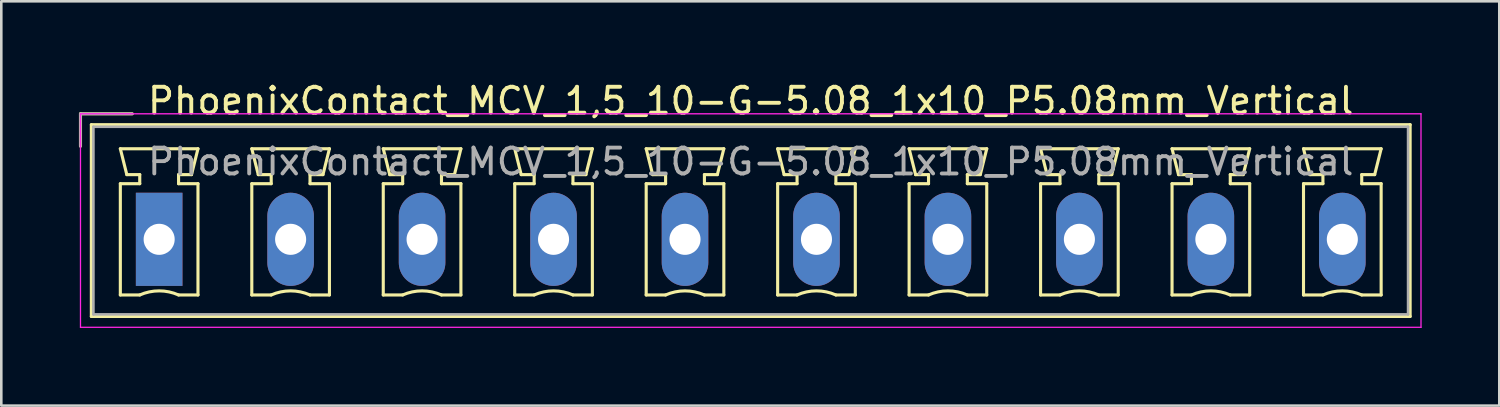
<source format=kicad_pcb>
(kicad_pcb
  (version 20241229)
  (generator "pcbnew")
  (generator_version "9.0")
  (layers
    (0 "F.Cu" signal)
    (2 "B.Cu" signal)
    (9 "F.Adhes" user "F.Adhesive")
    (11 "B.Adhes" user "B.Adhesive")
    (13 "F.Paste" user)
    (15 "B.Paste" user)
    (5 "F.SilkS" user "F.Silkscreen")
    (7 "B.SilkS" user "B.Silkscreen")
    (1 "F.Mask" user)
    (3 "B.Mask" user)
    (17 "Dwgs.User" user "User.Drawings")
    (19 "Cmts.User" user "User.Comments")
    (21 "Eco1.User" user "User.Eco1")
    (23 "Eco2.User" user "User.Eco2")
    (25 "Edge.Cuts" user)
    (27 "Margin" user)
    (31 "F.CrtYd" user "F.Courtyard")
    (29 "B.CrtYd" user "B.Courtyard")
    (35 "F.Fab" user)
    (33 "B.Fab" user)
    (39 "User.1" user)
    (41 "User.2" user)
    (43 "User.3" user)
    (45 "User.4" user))
  (footprint "PhoenixContact_MCV_1,5_10-G-5.08_1x10_P5.08mm_Vertical"
    (layer "F.Cu")
    (at 3.1 6.198)
    (property "Reference" "PhoenixContact_MCV_1,5_10-G-5.08_1x10_P5.08mm_Vertical" (at 22.86 -5.35 0) (layer "F.SilkS") (effects (font (size 1 1) (thickness 0.15))))
    (attr through_hole)
    (fp_line (start -3.04 -4.85) (end -1.04 -4.85) (stroke (width 0.12) (type solid)) (layer "F.SilkS"))
    (fp_line (start -3.04 -3.6) (end -3.04 -4.85) (stroke (width 0.12) (type solid)) (layer "F.SilkS"))
    (fp_line (start -2.62 -4.43) (end -2.62 2.98) (stroke (width 0.12) (type solid)) (layer "F.SilkS"))
    (fp_line (start -2.62 2.98) (end 48.34 2.98) (stroke (width 0.12) (type solid)) (layer "F.SilkS"))
    (fp_line (start -1.5 -3.5) (end 1.5 -3.5) (stroke (width 0.12) (type solid)) (layer "F.SilkS"))
    (fp_line (start -1.5 -2.15) (end -0.75 -2.15) (stroke (width 0.12) (type solid)) (layer "F.SilkS"))
    (fp_line (start -1.5 2.15) (end -1.5 -2.15) (stroke (width 0.12) (type solid)) (layer "F.SilkS"))
    (fp_line (start -1.25 -2.5) (end -1.5 -3.5) (stroke (width 0.12) (type solid)) (layer "F.SilkS"))
    (fp_line (start -0.75 -2.5) (end -1.25 -2.5) (stroke (width 0.12) (type solid)) (layer "F.SilkS"))
    (fp_line (start -0.75 -2.15) (end -0.75 -2.5) (stroke (width 0.12) (type solid)) (layer "F.SilkS"))
    (fp_line (start -0.75 2.15) (end -1.5 2.15) (stroke (width 0.12) (type solid)) (layer "F.SilkS"))
    (fp_line (start 0.75 -2.5) (end 0.75 -2.15) (stroke (width 0.12) (type solid)) (layer "F.SilkS"))
    (fp_line (start 0.75 -2.15) (end 1.5 -2.15) (stroke (width 0.12) (type solid)) (layer "F.SilkS"))
    (fp_line (start 1.25 -2.5) (end 0.75 -2.5) (stroke (width 0.12) (type solid)) (layer "F.SilkS"))
    (fp_line (start 1.5 -3.5) (end 1.25 -2.5) (stroke (width 0.12) (type solid)) (layer "F.SilkS"))
    (fp_line (start 1.5 -2.15) (end 1.5 2.15) (stroke (width 0.12) (type solid)) (layer "F.SilkS"))
    (fp_line (start 1.5 2.15) (end 0.75 2.15) (stroke (width 0.12) (type solid)) (layer "F.SilkS"))
    (fp_line (start 3.58 -3.5) (end 6.58 -3.5) (stroke (width 0.12) (type solid)) (layer "F.SilkS"))
    (fp_line (start 3.58 -2.15) (end 4.33 -2.15) (stroke (width 0.12) (type solid)) (layer "F.SilkS"))
    (fp_line (start 3.58 2.15) (end 3.58 -2.15) (stroke (width 0.12) (type solid)) (layer "F.SilkS"))
    (fp_line (start 3.83 -2.5) (end 3.58 -3.5) (stroke (width 0.12) (type solid)) (layer "F.SilkS"))
    (fp_line (start 4.33 -2.5) (end 3.83 -2.5) (stroke (width 0.12) (type solid)) (layer "F.SilkS"))
    (fp_line (start 4.33 -2.15) (end 4.33 -2.5) (stroke (width 0.12) (type solid)) (layer "F.SilkS"))
    (fp_line (start 4.33 2.15) (end 3.58 2.15) (stroke (width 0.12) (type solid)) (layer "F.SilkS"))
    (fp_line (start 5.83 -2.5) (end 5.83 -2.15) (stroke (width 0.12) (type solid)) (layer "F.SilkS"))
    (fp_line (start 5.83 -2.15) (end 6.58 -2.15) (stroke (width 0.12) (type solid)) (layer "F.SilkS"))
    (fp_line (start 6.33 -2.5) (end 5.83 -2.5) (stroke (width 0.12) (type solid)) (layer "F.SilkS"))
    (fp_line (start 6.58 -3.5) (end 6.33 -2.5) (stroke (width 0.12) (type solid)) (layer "F.SilkS"))
    (fp_line (start 6.58 -2.15) (end 6.58 2.15) (stroke (width 0.12) (type solid)) (layer "F.SilkS"))
    (fp_line (start 6.58 2.15) (end 5.83 2.15) (stroke (width 0.12) (type solid)) (layer "F.SilkS"))
    (fp_line (start 8.66 -3.5) (end 11.66 -3.5) (stroke (width 0.12) (type solid)) (layer "F.SilkS"))
    (fp_line (start 8.66 -2.15) (end 9.41 -2.15) (stroke (width 0.12) (type solid)) (layer "F.SilkS"))
    (fp_line (start 8.66 2.15) (end 8.66 -2.15) (stroke (width 0.12) (type solid)) (layer "F.SilkS"))
    (fp_line (start 8.91 -2.5) (end 8.66 -3.5) (stroke (width 0.12) (type solid)) (layer "F.SilkS"))
    (fp_line (start 9.41 -2.5) (end 8.91 -2.5) (stroke (width 0.12) (type solid)) (layer "F.SilkS"))
    (fp_line (start 9.41 -2.15) (end 9.41 -2.5) (stroke (width 0.12) (type solid)) (layer "F.SilkS"))
    (fp_line (start 9.41 2.15) (end 8.66 2.15) (stroke (width 0.12) (type solid)) (layer "F.SilkS"))
    (fp_line (start 10.91 -2.5) (end 10.91 -2.15) (stroke (width 0.12) (type solid)) (layer "F.SilkS"))
    (fp_line (start 10.91 -2.15) (end 11.66 -2.15) (stroke (width 0.12) (type solid)) (layer "F.SilkS"))
    (fp_line (start 11.41 -2.5) (end 10.91 -2.5) (stroke (width 0.12) (type solid)) (layer "F.SilkS"))
    (fp_line (start 11.66 -3.5) (end 11.41 -2.5) (stroke (width 0.12) (type solid)) (layer "F.SilkS"))
    (fp_line (start 11.66 -2.15) (end 11.66 2.15) (stroke (width 0.12) (type solid)) (layer "F.SilkS"))
    (fp_line (start 11.66 2.15) (end 10.91 2.15) (stroke (width 0.12) (type solid)) (layer "F.SilkS"))
    (fp_line (start 13.74 -3.5) (end 16.74 -3.5) (stroke (width 0.12) (type solid)) (layer "F.SilkS"))
    (fp_line (start 13.74 -2.15) (end 14.49 -2.15) (stroke (width 0.12) (type solid)) (layer "F.SilkS"))
    (fp_line (start 13.74 2.15) (end 13.74 -2.15) (stroke (width 0.12) (type solid)) (layer "F.SilkS"))
    (fp_line (start 13.99 -2.5) (end 13.74 -3.5) (stroke (width 0.12) (type solid)) (layer "F.SilkS"))
    (fp_line (start 14.49 -2.5) (end 13.99 -2.5) (stroke (width 0.12) (type solid)) (layer "F.SilkS"))
    (fp_line (start 14.49 -2.15) (end 14.49 -2.5) (stroke (width 0.12) (type solid)) (layer "F.SilkS"))
    (fp_line (start 14.49 2.15) (end 13.74 2.15) (stroke (width 0.12) (type solid)) (layer "F.SilkS"))
    (fp_line (start 15.99 -2.5) (end 15.99 -2.15) (stroke (width 0.12) (type solid)) (layer "F.SilkS"))
    (fp_line (start 15.99 -2.15) (end 16.74 -2.15) (stroke (width 0.12) (type solid)) (layer "F.SilkS"))
    (fp_line (start 16.49 -2.5) (end 15.99 -2.5) (stroke (width 0.12) (type solid)) (layer "F.SilkS"))
    (fp_line (start 16.74 -3.5) (end 16.49 -2.5) (stroke (width 0.12) (type solid)) (layer "F.SilkS"))
    (fp_line (start 16.74 -2.15) (end 16.74 2.15) (stroke (width 0.12) (type solid)) (layer "F.SilkS"))
    (fp_line (start 16.74 2.15) (end 15.99 2.15) (stroke (width 0.12) (type solid)) (layer "F.SilkS"))
    (fp_line (start 18.82 -3.5) (end 21.82 -3.5) (stroke (width 0.12) (type solid)) (layer "F.SilkS"))
    (fp_line (start 18.82 -2.15) (end 19.57 -2.15) (stroke (width 0.12) (type solid)) (layer "F.SilkS"))
    (fp_line (start 18.82 2.15) (end 18.82 -2.15) (stroke (width 0.12) (type solid)) (layer "F.SilkS"))
    (fp_line (start 19.07 -2.5) (end 18.82 -3.5) (stroke (width 0.12) (type solid)) (layer "F.SilkS"))
    (fp_line (start 19.57 -2.5) (end 19.07 -2.5) (stroke (width 0.12) (type solid)) (layer "F.SilkS"))
    (fp_line (start 19.57 -2.15) (end 19.57 -2.5) (stroke (width 0.12) (type solid)) (layer "F.SilkS"))
    (fp_line (start 19.57 2.15) (end 18.82 2.15) (stroke (width 0.12) (type solid)) (layer "F.SilkS"))
    (fp_line (start 21.07 -2.5) (end 21.07 -2.15) (stroke (width 0.12) (type solid)) (layer "F.SilkS"))
    (fp_line (start 21.07 -2.15) (end 21.82 -2.15) (stroke (width 0.12) (type solid)) (layer "F.SilkS"))
    (fp_line (start 21.57 -2.5) (end 21.07 -2.5) (stroke (width 0.12) (type solid)) (layer "F.SilkS"))
    (fp_line (start 21.82 -3.5) (end 21.57 -2.5) (stroke (width 0.12) (type solid)) (layer "F.SilkS"))
    (fp_line (start 21.82 -2.15) (end 21.82 2.15) (stroke (width 0.12) (type solid)) (layer "F.SilkS"))
    (fp_line (start 21.82 2.15) (end 21.07 2.15) (stroke (width 0.12) (type solid)) (layer "F.SilkS"))
    (fp_line (start 23.9 -3.5) (end 26.9 -3.5) (stroke (width 0.12) (type solid)) (layer "F.SilkS"))
    (fp_line (start 23.9 -2.15) (end 24.65 -2.15) (stroke (width 0.12) (type solid)) (layer "F.SilkS"))
    (fp_line (start 23.9 2.15) (end 23.9 -2.15) (stroke (width 0.12) (type solid)) (layer "F.SilkS"))
    (fp_line (start 24.15 -2.5) (end 23.9 -3.5) (stroke (width 0.12) (type solid)) (layer "F.SilkS"))
    (fp_line (start 24.65 -2.5) (end 24.15 -2.5) (stroke (width 0.12) (type solid)) (layer "F.SilkS"))
    (fp_line (start 24.65 -2.15) (end 24.65 -2.5) (stroke (width 0.12) (type solid)) (layer "F.SilkS"))
    (fp_line (start 24.65 2.15) (end 23.9 2.15) (stroke (width 0.12) (type solid)) (layer "F.SilkS"))
    (fp_line (start 26.15 -2.5) (end 26.15 -2.15) (stroke (width 0.12) (type solid)) (layer "F.SilkS"))
    (fp_line (start 26.15 -2.15) (end 26.9 -2.15) (stroke (width 0.12) (type solid)) (layer "F.SilkS"))
    (fp_line (start 26.65 -2.5) (end 26.15 -2.5) (stroke (width 0.12) (type solid)) (layer "F.SilkS"))
    (fp_line (start 26.9 -3.5) (end 26.65 -2.5) (stroke (width 0.12) (type solid)) (layer "F.SilkS"))
    (fp_line (start 26.9 -2.15) (end 26.9 2.15) (stroke (width 0.12) (type solid)) (layer "F.SilkS"))
    (fp_line (start 26.9 2.15) (end 26.15 2.15) (stroke (width 0.12) (type solid)) (layer "F.SilkS"))
    (fp_line (start 28.98 -3.5) (end 31.98 -3.5) (stroke (width 0.12) (type solid)) (layer "F.SilkS"))
    (fp_line (start 28.98 -2.15) (end 29.73 -2.15) (stroke (width 0.12) (type solid)) (layer "F.SilkS"))
    (fp_line (start 28.98 2.15) (end 28.98 -2.15) (stroke (width 0.12) (type solid)) (layer "F.SilkS"))
    (fp_line (start 29.23 -2.5) (end 28.98 -3.5) (stroke (width 0.12) (type solid)) (layer "F.SilkS"))
    (fp_line (start 29.73 -2.5) (end 29.23 -2.5) (stroke (width 0.12) (type solid)) (layer "F.SilkS"))
    (fp_line (start 29.73 -2.15) (end 29.73 -2.5) (stroke (width 0.12) (type solid)) (layer "F.SilkS"))
    (fp_line (start 29.73 2.15) (end 28.98 2.15) (stroke (width 0.12) (type solid)) (layer "F.SilkS"))
    (fp_line (start 31.23 -2.5) (end 31.23 -2.15) (stroke (width 0.12) (type solid)) (layer "F.SilkS"))
    (fp_line (start 31.23 -2.15) (end 31.98 -2.15) (stroke (width 0.12) (type solid)) (layer "F.SilkS"))
    (fp_line (start 31.73 -2.5) (end 31.23 -2.5) (stroke (width 0.12) (type solid)) (layer "F.SilkS"))
    (fp_line (start 31.98 -3.5) (end 31.73 -2.5) (stroke (width 0.12) (type solid)) (layer "F.SilkS"))
    (fp_line (start 31.98 -2.15) (end 31.98 2.15) (stroke (width 0.12) (type solid)) (layer "F.SilkS"))
    (fp_line (start 31.98 2.15) (end 31.23 2.15) (stroke (width 0.12) (type solid)) (layer "F.SilkS"))
    (fp_line (start 34.06 -3.5) (end 37.06 -3.5) (stroke (width 0.12) (type solid)) (layer "F.SilkS"))
    (fp_line (start 34.06 -2.15) (end 34.81 -2.15) (stroke (width 0.12) (type solid)) (layer "F.SilkS"))
    (fp_line (start 34.06 2.15) (end 34.06 -2.15) (stroke (width 0.12) (type solid)) (layer "F.SilkS"))
    (fp_line (start 34.31 -2.5) (end 34.06 -3.5) (stroke (width 0.12) (type solid)) (layer "F.SilkS"))
    (fp_line (start 34.81 -2.5) (end 34.31 -2.5) (stroke (width 0.12) (type solid)) (layer "F.SilkS"))
    (fp_line (start 34.81 -2.15) (end 34.81 -2.5) (stroke (width 0.12) (type solid)) (layer "F.SilkS"))
    (fp_line (start 34.81 2.15) (end 34.06 2.15) (stroke (width 0.12) (type solid)) (layer "F.SilkS"))
    (fp_line (start 36.31 -2.5) (end 36.31 -2.15) (stroke (width 0.12) (type solid)) (layer "F.SilkS"))
    (fp_line (start 36.31 -2.15) (end 37.06 -2.15) (stroke (width 0.12) (type solid)) (layer "F.SilkS"))
    (fp_line (start 36.81 -2.5) (end 36.31 -2.5) (stroke (width 0.12) (type solid)) (layer "F.SilkS"))
    (fp_line (start 37.06 -3.5) (end 36.81 -2.5) (stroke (width 0.12) (type solid)) (layer "F.SilkS"))
    (fp_line (start 37.06 -2.15) (end 37.06 2.15) (stroke (width 0.12) (type solid)) (layer "F.SilkS"))
    (fp_line (start 37.06 2.15) (end 36.31 2.15) (stroke (width 0.12) (type solid)) (layer "F.SilkS"))
    (fp_line (start 39.14 -3.5) (end 42.14 -3.5) (stroke (width 0.12) (type solid)) (layer "F.SilkS"))
    (fp_line (start 39.14 -2.15) (end 39.89 -2.15) (stroke (width 0.12) (type solid)) (layer "F.SilkS"))
    (fp_line (start 39.14 2.15) (end 39.14 -2.15) (stroke (width 0.12) (type solid)) (layer "F.SilkS"))
    (fp_line (start 39.39 -2.5) (end 39.14 -3.5) (stroke (width 0.12) (type solid)) (layer "F.SilkS"))
    (fp_line (start 39.89 -2.5) (end 39.39 -2.5) (stroke (width 0.12) (type solid)) (layer "F.SilkS"))
    (fp_line (start 39.89 -2.15) (end 39.89 -2.5) (stroke (width 0.12) (type solid)) (layer "F.SilkS"))
    (fp_line (start 39.89 2.15) (end 39.14 2.15) (stroke (width 0.12) (type solid)) (layer "F.SilkS"))
    (fp_line (start 41.39 -2.5) (end 41.39 -2.15) (stroke (width 0.12) (type solid)) (layer "F.SilkS"))
    (fp_line (start 41.39 -2.15) (end 42.14 -2.15) (stroke (width 0.12) (type solid)) (layer "F.SilkS"))
    (fp_line (start 41.89 -2.5) (end 41.39 -2.5) (stroke (width 0.12) (type solid)) (layer "F.SilkS"))
    (fp_line (start 42.14 -3.5) (end 41.89 -2.5) (stroke (width 0.12) (type solid)) (layer "F.SilkS"))
    (fp_line (start 42.14 -2.15) (end 42.14 2.15) (stroke (width 0.12) (type solid)) (layer "F.SilkS"))
    (fp_line (start 42.14 2.15) (end 41.39 2.15) (stroke (width 0.12) (type solid)) (layer "F.SilkS"))
    (fp_line (start 44.22 -3.5) (end 47.22 -3.5) (stroke (width 0.12) (type solid)) (layer "F.SilkS"))
    (fp_line (start 44.22 -2.15) (end 44.97 -2.15) (stroke (width 0.12) (type solid)) (layer "F.SilkS"))
    (fp_line (start 44.22 2.15) (end 44.22 -2.15) (stroke (width 0.12) (type solid)) (layer "F.SilkS"))
    (fp_line (start 44.47 -2.5) (end 44.22 -3.5) (stroke (width 0.12) (type solid)) (layer "F.SilkS"))
    (fp_line (start 44.97 -2.5) (end 44.47 -2.5) (stroke (width 0.12) (type solid)) (layer "F.SilkS"))
    (fp_line (start 44.97 -2.15) (end 44.97 -2.5) (stroke (width 0.12) (type solid)) (layer "F.SilkS"))
    (fp_line (start 44.97 2.15) (end 44.22 2.15) (stroke (width 0.12) (type solid)) (layer "F.SilkS"))
    (fp_line (start 46.47 -2.5) (end 46.47 -2.15) (stroke (width 0.12) (type solid)) (layer "F.SilkS"))
    (fp_line (start 46.47 -2.15) (end 47.22 -2.15) (stroke (width 0.12) (type solid)) (layer "F.SilkS"))
    (fp_line (start 46.97 -2.5) (end 46.47 -2.5) (stroke (width 0.12) (type solid)) (layer "F.SilkS"))
    (fp_line (start 47.22 -3.5) (end 46.97 -2.5) (stroke (width 0.12) (type solid)) (layer "F.SilkS"))
    (fp_line (start 47.22 -2.15) (end 47.22 2.15) (stroke (width 0.12) (type solid)) (layer "F.SilkS"))
    (fp_line (start 47.22 2.15) (end 46.47 2.15) (stroke (width 0.12) (type solid)) (layer "F.SilkS"))
    (fp_line (start 48.34 -4.43) (end -2.62 -4.43) (stroke (width 0.12) (type solid)) (layer "F.SilkS"))
    (fp_line (start 48.34 2.98) (end 48.34 -4.43) (stroke (width 0.12) (type solid)) (layer "F.SilkS"))
    (fp_arc (start -0.75 2.15) (mid -0.000193 1.99191) (end 0.749647 2.149844) (stroke (width 0.12) (type solid)) (layer "F.SilkS"))
    (fp_arc (start 4.33 2.15) (mid 5.079807 1.99191) (end 5.829647 2.149844) (stroke (width 0.12) (type solid)) (layer "F.SilkS"))
    (fp_arc (start 9.41 2.15) (mid 10.159807 1.99191) (end 10.909647 2.149844) (stroke (width 0.12) (type solid)) (layer "F.SilkS"))
    (fp_arc (start 14.49 2.15) (mid 15.239807 1.99191) (end 15.989647 2.149844) (stroke (width 0.12) (type solid)) (layer "F.SilkS"))
    (fp_arc (start 19.57 2.15) (mid 20.319807 1.99191) (end 21.069647 2.149844) (stroke (width 0.12) (type solid)) (layer "F.SilkS"))
    (fp_arc (start 24.65 2.15) (mid 25.399807 1.99191) (end 26.149647 2.149844) (stroke (width 0.12) (type solid)) (layer "F.SilkS"))
    (fp_arc (start 29.73 2.15) (mid 30.479807 1.99191) (end 31.229647 2.149844) (stroke (width 0.12) (type solid)) (layer "F.SilkS"))
    (fp_arc (start 34.81 2.15) (mid 35.559807 1.99191) (end 36.309647 2.149844) (stroke (width 0.12) (type solid)) (layer "F.SilkS"))
    (fp_arc (start 39.89 2.15) (mid 40.639807 1.99191) (end 41.389647 2.149844) (stroke (width 0.12) (type solid)) (layer "F.SilkS"))
    (fp_arc (start 44.97 2.15) (mid 45.719807 1.99191) (end 46.469647 2.149844) (stroke (width 0.12) (type solid)) (layer "F.SilkS"))
    (fp_line (start -3.04 -4.85) (end -3.04 3.4) (stroke (width 0.05) (type solid)) (layer "F.CrtYd"))
    (fp_line (start -3.04 3.4) (end 48.76 3.4) (stroke (width 0.05) (type solid)) (layer "F.CrtYd"))
    (fp_line (start 48.76 -4.85) (end -3.04 -4.85) (stroke (width 0.05) (type solid)) (layer "F.CrtYd"))
    (fp_line (start 48.76 3.4) (end 48.76 -4.85) (stroke (width 0.05) (type solid)) (layer "F.CrtYd"))
    (fp_line (start -3.04 -4.85) (end -1.04 -4.85) (stroke (width 0.1) (type solid)) (layer "F.Fab"))
    (fp_line (start -3.04 -3.6) (end -3.04 -4.85) (stroke (width 0.1) (type solid)) (layer "F.Fab"))
    (fp_line (start -2.54 -4.35) (end -2.54 2.9) (stroke (width 0.1) (type solid)) (layer "F.Fab"))
    (fp_line (start -2.54 2.9) (end 48.26 2.9) (stroke (width 0.1) (type solid)) (layer "F.Fab"))
    (fp_line (start 48.26 -4.35) (end -2.54 -4.35) (stroke (width 0.1) (type solid)) (layer "F.Fab"))
    (fp_line (start 48.26 2.9) (end 48.26 -4.35) (stroke (width 0.1) (type solid)) (layer "F.Fab"))
    (fp_text user "${REFERENCE}" (at 22.86 -3 0) (layer "F.Fab") (effects (font (size 1 1) (thickness 0.15))))
    (pad "1" thru_hole rect (at 0 0) (size 1.8 3.6) (drill 1.2) (layers "*.Cu" "*.Mask"))
    (pad "2" thru_hole oval (at 5.08 0) (size 1.8 3.6) (drill 1.2) (layers "*.Cu" "*.Mask"))
    (pad "3" thru_hole oval (at 10.16 0) (size 1.8 3.6) (drill 1.2) (layers "*.Cu" "*.Mask"))
    (pad "4" thru_hole oval (at 15.24 0) (size 1.8 3.6) (drill 1.2) (layers "*.Cu" "*.Mask"))
    (pad "5" thru_hole oval (at 20.32 0) (size 1.8 3.6) (drill 1.2) (layers "*.Cu" "*.Mask"))
    (pad "6" thru_hole oval (at 25.4 0) (size 1.8 3.6) (drill 1.2) (layers "*.Cu" "*.Mask"))
    (pad "7" thru_hole oval (at 30.48 0) (size 1.8 3.6) (drill 1.2) (layers "*.Cu" "*.Mask"))
    (pad "8" thru_hole oval (at 35.56 0) (size 1.8 3.6) (drill 1.2) (layers "*.Cu" "*.Mask"))
    (pad "9" thru_hole oval (at 40.64 0) (size 1.8 3.6) (drill 1.2) (layers "*.Cu" "*.Mask"))
    (pad "10" thru_hole oval (at 45.72 0) (size 1.8 3.6) (drill 1.2) (layers "*.Cu" "*.Mask")))
  (gr_rect
    (start -3 -3)
    (end 54.885 12.623)
    (stroke (width 0.1) (type default))
    (fill no)
    (layer "Edge.Cuts")))
</source>
